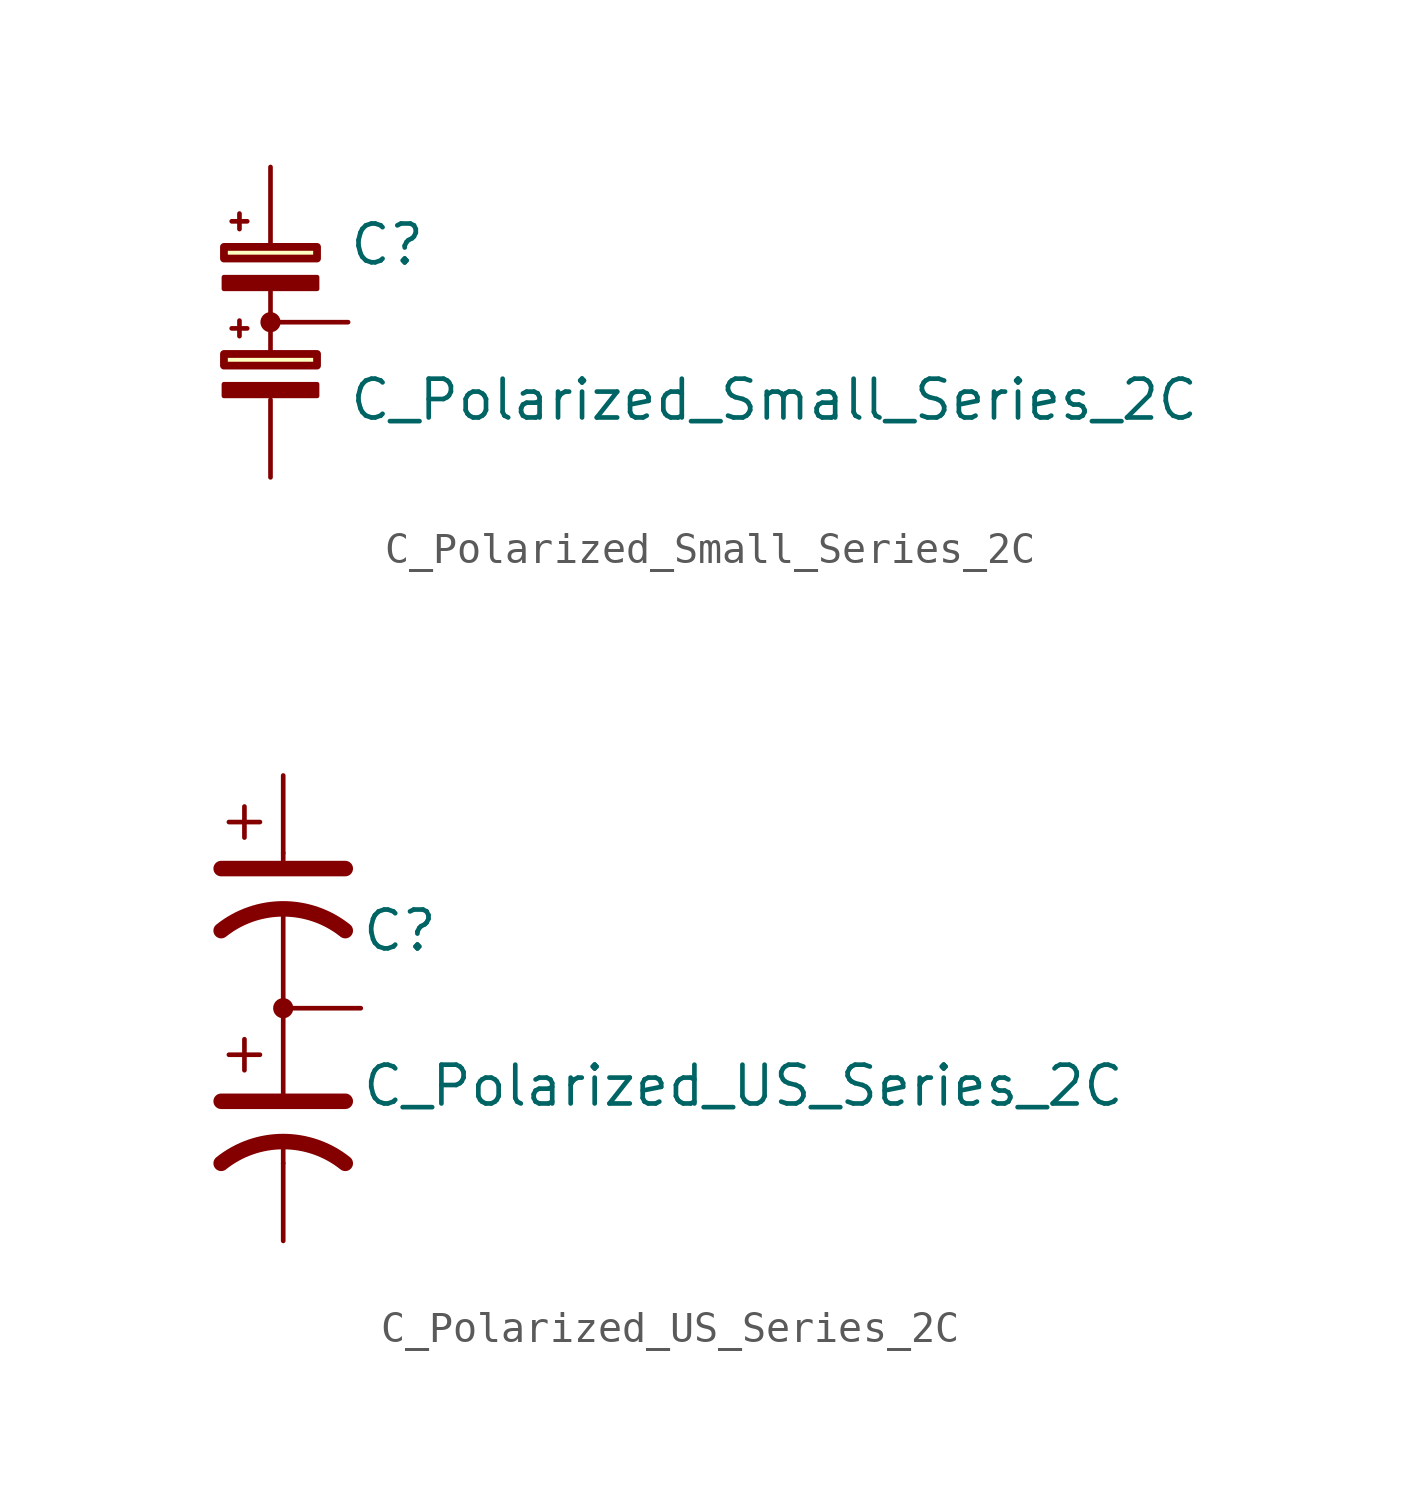
<source format=kicad_sym>
(kicad_symbol_lib
  (version 20211014)
  (generator kicad_symbol_editor)
  (symbol "C_Polarized_Small_Series_2C"
    (pin_numbers hide)
    (pin_names hide)
    (property "Reference" "C"
      (at 2.54 2.54 0)
      (effects (font (size 1.27 1.27)) (justify left)))
    (property "Value" "C_Polarized_Small_Series_2C"
      (at 2.54 -2.54 0)
      (effects (font (size 1.27 1.27)) (justify left)))
    (symbol "C_Polarized_Small_Series_2C_0_1"
      (rectangle (start -1.524 -2.032) (end 1.524 -2.413) (stroke (width 0) (type default) (color 0 0 0 0)) (fill (type outline)))
      (rectangle (start -1.524 -1.041) (end 1.524 -1.422) (stroke (width 0.254) (type default) (color 0 0 0 0)) (fill (type background)))
      (rectangle (start -1.524 1.473) (end 1.524 1.092) (stroke (width 0) (type default) (color 0 0 0 0)) (fill (type outline)))
      (rectangle (start -1.524 2.464) (end 1.524 2.083) (stroke (width 0.254) (type default) (color 0 0 0 0)) (fill (type background)))
      (polyline (pts (xy -1.27 -0.203) (xy -0.762 -0.203)) (stroke (width 0) (type default) (color 0 0 0 0)) (fill (type none)))
      (polyline (pts (xy -1.27 3.302) (xy -0.762 3.302)) (stroke (width 0) (type default) (color 0 0 0 0)) (fill (type none)))
      (polyline (pts (xy -1.016 -0.457) (xy -1.016 0.051)) (stroke (width 0) (type default) (color 0 0 0 0)) (fill (type none)))
      (polyline (pts (xy -1.016 3.048) (xy -1.016 3.556)) (stroke (width 0) (type default) (color 0 0 0 0)) (fill (type none)))
      (polyline (pts (xy 0 1.016) (xy 0 -1.016)) (stroke (width 0.152) (type default) (color 0 0 0 0)) (fill (type none)))
      (circle (center 0 0) (radius 0.254) (stroke (width 0) (type default) (color 0 0 0 0)) (fill (type outline))))
    (symbol "C_Polarized_Small_Series_2C_1_1"
      (pin passive line (at 0 5.08 270) (length 2.54) (name "~" (effects (font (size 1.27 1.27)))) (number "1" (effects (font (size 1.27 1.27)))))
      (pin passive line (at 2.54 0 180) (length 2.54) (name "~" (effects (font (size 1.27 1.27)))) (number "2" (effects (font (size 1.27 1.27)))))
      (pin passive line (at 0 -5.08 90) (length 2.54) (name "~" (effects (font (size 1.27 1.27)))) (number "3" (effects (font (size 1.27 1.27)))))))
  (symbol "C_Polarized_US_Series_2C"
    (pin_numbers hide)
    (pin_names hide)
    (property "Reference" "C"
      (at 2.54 2.54 0)
      (effects (font (size 1.27 1.27)) (justify left)))
    (property "Value" "C_Polarized_US_Series_2C"
      (at 2.54 -2.54 0)
      (effects (font (size 1.27 1.27)) (justify left)))
    (symbol "C_Polarized_US_Series_2C_0_1"
      (polyline (pts (xy -2.032 -3.048) (xy 2.032 -3.048)) (stroke (width 0.508) (type default) (color 0 0 0 0)) (fill (type none)))
      (polyline (pts (xy -2.032 4.572) (xy 2.032 4.572)) (stroke (width 0.508) (type default) (color 0 0 0 0)) (fill (type none)))
      (polyline (pts (xy -1.778 -1.524) (xy -0.762 -1.524)) (stroke (width 0) (type default) (color 0 0 0 0)) (fill (type none)))
      (polyline (pts (xy -1.778 6.096) (xy -0.762 6.096)) (stroke (width 0) (type default) (color 0 0 0 0)) (fill (type none)))
      (polyline (pts (xy -1.27 -2.032) (xy -1.27 -1.016)) (stroke (width 0) (type default) (color 0 0 0 0)) (fill (type none)))
      (polyline (pts (xy -1.27 5.588) (xy -1.27 6.604)) (stroke (width 0) (type default) (color 0 0 0 0)) (fill (type none)))
      (polyline (pts (xy 0 -5.08) (xy 0 -4.572)) (stroke (width 0.152) (type default) (color 0 0 0 0)) (fill (type none)))
      (polyline (pts (xy 0 -2.794) (xy 0 3.048)) (stroke (width 0.152) (type default) (color 0 0 0 0)) (fill (type none)))
      (polyline (pts (xy 0 5.08) (xy 0 4.826)) (stroke (width 0.152) (type default) (color 0 0 0 0)) (fill (type none)))
      (circle (center 0 0) (radius 0.254) (stroke (width 0) (type default) (color 0 0 0 0)) (fill (type outline)))
      (arc (start 2.032 -5.08) (mid 0 -4.3672) (end -2.032 -5.08) (stroke (width 0.508) (type default) (color 0 0 0 0)) (fill (type none)))
      (arc (start 2.032 2.54) (mid 0 3.2528) (end -2.032 2.54) (stroke (width 0.508) (type default) (color 0 0 0 0)) (fill (type none))))
    (symbol "C_Polarized_US_Series_2C_1_1"
      (pin passive line (at 0 7.62 270) (length 2.54) (name "~" (effects (font (size 1.27 1.27)))) (number "1" (effects (font (size 1.27 1.27)))))
      (pin passive line (at 2.54 0 180) (length 2.54) (name "~" (effects (font (size 1.27 1.27)))) (number "2" (effects (font (size 1.27 1.27)))))
      (pin passive line (at 0 -7.62 90) (length 2.54) (name "~" (effects (font (size 1.27 1.27)))) (number "3" (effects (font (size 1.27 1.27))))))))
</source>
